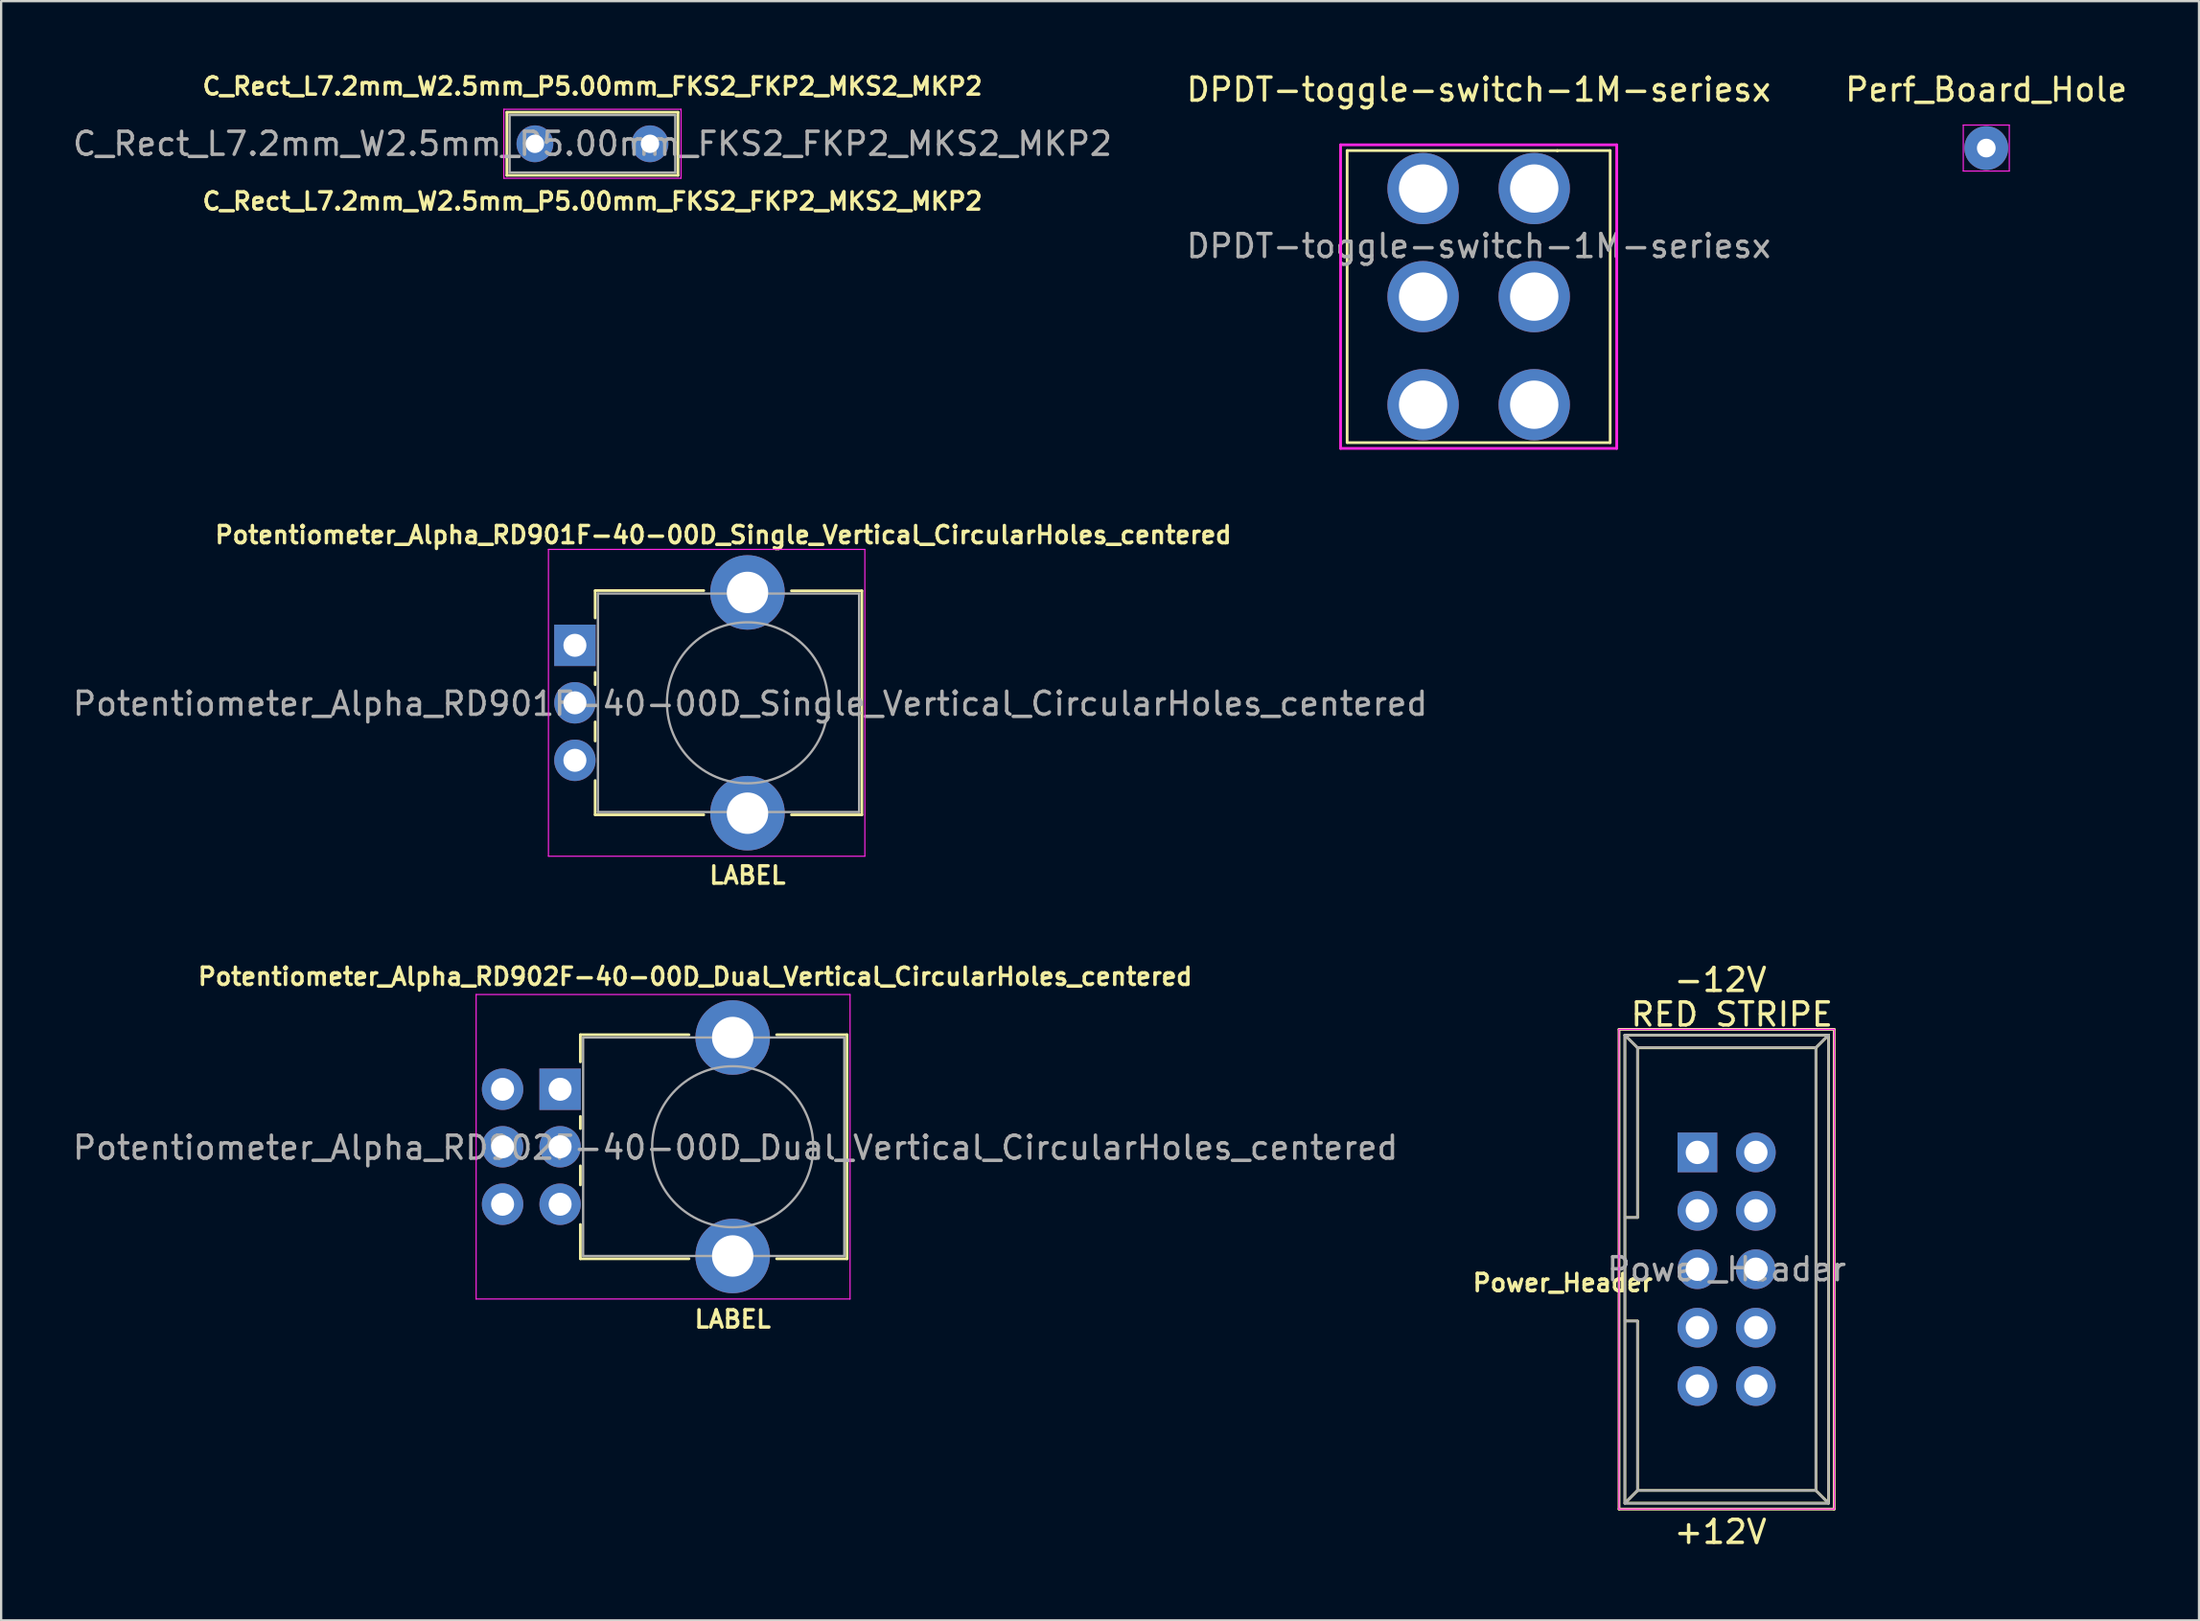
<source format=kicad_pcb>
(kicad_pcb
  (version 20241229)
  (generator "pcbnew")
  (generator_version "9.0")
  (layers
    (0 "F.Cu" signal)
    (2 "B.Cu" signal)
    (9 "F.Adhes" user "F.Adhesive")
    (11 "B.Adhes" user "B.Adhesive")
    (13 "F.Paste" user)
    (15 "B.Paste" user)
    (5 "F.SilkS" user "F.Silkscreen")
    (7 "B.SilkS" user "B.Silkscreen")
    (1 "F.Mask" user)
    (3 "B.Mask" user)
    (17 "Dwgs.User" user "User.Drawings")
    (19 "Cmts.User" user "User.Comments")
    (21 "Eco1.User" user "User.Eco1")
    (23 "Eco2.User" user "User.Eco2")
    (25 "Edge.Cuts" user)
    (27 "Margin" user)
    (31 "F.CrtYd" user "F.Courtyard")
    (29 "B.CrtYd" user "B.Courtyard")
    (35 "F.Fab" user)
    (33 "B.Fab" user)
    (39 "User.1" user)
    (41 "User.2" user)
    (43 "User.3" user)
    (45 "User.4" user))
  (footprint "Potentiometer_Alpha_RD902F-40-00D_Dual_Vertical_CircularHoles_centered"
    (layer "F.Cu")
    (at 28.791 46.814)
    (property "Reference" "Potentiometer_Alpha_RD902F-40-00D_Dual_Vertical_CircularHoles_centered" (at -1.63 -7.4 180) (layer "F.SilkS") (effects (font (size 0.75 0.75) (thickness 0.15))))
    (attr through_hole)
    (fp_line (start -6.62 -4.87) (end -1.9 -4.87) (stroke (width 0.12) (type solid)) (layer "F.SilkS"))
    (fp_line (start -6.62 -3.69) (end -6.62 -4.87) (stroke (width 0.12) (type solid)) (layer "F.SilkS"))
    (fp_line (start -6.62 -0.79) (end -6.62 -1.32) (stroke (width 0.12) (type solid)) (layer "F.SilkS"))
    (fp_line (start -6.62 1.66) (end -6.62 0.83) (stroke (width 0.12) (type solid)) (layer "F.SilkS"))
    (fp_line (start -6.62 4.87) (end -6.62 3.38) (stroke (width 0.12) (type solid)) (layer "F.SilkS"))
    (fp_line (start -6.62 4.87) (end -1.9 4.87) (stroke (width 0.12) (type solid)) (layer "F.SilkS"))
    (fp_line (start 1.91 -4.87) (end 4.97 -4.87) (stroke (width 0.12) (type solid)) (layer "F.SilkS"))
    (fp_line (start 1.91 4.87) (end 4.97 4.87) (stroke (width 0.12) (type solid)) (layer "F.SilkS"))
    (fp_line (start 4.97 4.87) (end 4.97 -4.87) (stroke (width 0.12) (type solid)) (layer "F.SilkS"))
    (fp_line (start -11.15 -6.62) (end -11.15 6.62) (stroke (width 0.05) (type solid)) (layer "F.CrtYd"))
    (fp_line (start -11.15 6.62) (end 5.1 6.62) (stroke (width 0.05) (type solid)) (layer "F.CrtYd"))
    (fp_line (start 5.1 -6.62) (end -11.15 -6.62) (stroke (width 0.05) (type solid)) (layer "F.CrtYd"))
    (fp_line (start 5.1 6.62) (end 5.1 -6.62) (stroke (width 0.05) (type solid)) (layer "F.CrtYd"))
    (fp_line (start -6.5 -4.75) (end 4.85 -4.75) (stroke (width 0.1) (type solid)) (layer "F.Fab"))
    (fp_line (start -6.5 4.75) (end -6.5 -4.75) (stroke (width 0.1) (type solid)) (layer "F.Fab"))
    (fp_line (start -6.5 4.75) (end 4.85 4.75) (stroke (width 0.1) (type solid)) (layer "F.Fab"))
    (fp_line (start 4.85 4.75) (end 4.85 -4.75) (stroke (width 0.1) (type solid)) (layer "F.Fab"))
    (fp_circle (center 0 0) (end 0 -3.5) (stroke (width 0.1) (type solid)) (fill no) (layer "F.Fab"))
    (fp_text user "LABEL" (at 0 7.5 0) (layer "F.SilkS") (effects (font (size 0.75 0.75) (thickness 0.15))))
    (fp_text user "${REFERENCE}" (at 0.12 0.04 0) (layer "F.Fab") (effects (font (size 1 1) (thickness 0.15))))
    (pad "" thru_hole circle (at 0 -4.75 90) (size 3.24 3.24) (drill 1.8) (layers "*.Cu" "*.Mask"))
    (pad "" thru_hole circle (at 0 4.75 90) (size 3.24 3.24) (drill 1.8) (layers "*.Cu" "*.Mask"))
    (pad "1" thru_hole rect (at -7.5 -2.5 90) (size 1.8 1.8) (drill 1) (layers "*.Cu" "*.Mask"))
    (pad "2" thru_hole circle (at -7.5 0 90) (size 1.8 1.8) (drill 1) (layers "*.Cu" "*.Mask"))
    (pad "3" thru_hole circle (at -7.5 2.5 90) (size 1.8 1.8) (drill 1) (layers "*.Cu" "*.Mask"))
    (pad "4" thru_hole circle (at -10 -2.5 90) (size 1.8 1.8) (drill 1) (layers "*.Cu" "*.Mask"))
    (pad "5" thru_hole circle (at -10 0 90) (size 1.8 1.8) (drill 1) (layers "*.Cu" "*.Mask"))
    (pad "6" thru_hole circle (at -10 2.5 90) (size 1.8 1.8) (drill 1) (layers "*.Cu" "*.Mask")))
  (footprint "C_Rect_L7.2mm_W2.5mm_P5.00mm_FKS2_FKP2_MKS2_MKP2"
    (layer "F.Cu")
    (at 20.196 3.202)
    (property "Reference" "C_Rect_L7.2mm_W2.5mm_P5.00mm_FKS2_FKP2_MKS2_MKP2" (at 2.5 -2.5 0) (layer "F.SilkS") (effects (font (size 0.75 0.75) (thickness 0.15))))
    (property "Value" "C_Rect_L7.2mm_W2.5mm_P5.00mm_FKS2_FKP2_MKS2_MKP2" (at 2.5 2.5 0) (layer "F.Fab") (hide yes) (effects (font (size 1 1) (thickness 0.15))))
    (attr through_hole)
    (fp_line (start -1.22 -1.37) (end -1.22 1.37) (stroke (width 0.12) (type solid)) (layer "F.SilkS"))
    (fp_line (start -1.22 -1.37) (end 6.22 -1.37) (stroke (width 0.12) (type solid)) (layer "F.SilkS"))
    (fp_line (start -1.22 1.37) (end 6.22 1.37) (stroke (width 0.12) (type solid)) (layer "F.SilkS"))
    (fp_line (start 6.22 -1.37) (end 6.22 1.37) (stroke (width 0.12) (type solid)) (layer "F.SilkS"))
    (fp_line (start -1.35 -1.5) (end -1.35 1.5) (stroke (width 0.05) (type solid)) (layer "F.CrtYd"))
    (fp_line (start -1.35 1.5) (end 6.35 1.5) (stroke (width 0.05) (type solid)) (layer "F.CrtYd"))
    (fp_line (start 6.35 -1.5) (end -1.35 -1.5) (stroke (width 0.05) (type solid)) (layer "F.CrtYd"))
    (fp_line (start 6.35 1.5) (end 6.35 -1.5) (stroke (width 0.05) (type solid)) (layer "F.CrtYd"))
    (fp_line (start -1.1 -1.25) (end -1.1 1.25) (stroke (width 0.1) (type solid)) (layer "F.Fab"))
    (fp_line (start -1.1 1.25) (end 6.1 1.25) (stroke (width 0.1) (type solid)) (layer "F.Fab"))
    (fp_line (start 6.1 -1.25) (end -1.1 -1.25) (stroke (width 0.1) (type solid)) (layer "F.Fab"))
    (fp_line (start 6.1 1.25) (end 6.1 -1.25) (stroke (width 0.1) (type solid)) (layer "F.Fab"))
    (fp_text user "${VALUE}" (at 2.5 2.5 0) (layer "F.SilkS") (effects (font (size 0.75 0.75) (thickness 0.15))))
    (fp_text user "${REFERENCE}" (at 2.5 0 0) (layer "F.Fab") (effects (font (size 1 1) (thickness 0.15))))
    (pad "1" thru_hole circle (at 0 0) (size 1.6 1.6) (drill 0.8) (layers "*.Cu" "*.Mask"))
    (pad "2" thru_hole circle (at 5 0) (size 1.6 1.6) (drill 0.8) (layers "*.Cu" "*.Mask")))
  (footprint "Potentiometer_Alpha_RD901F-40-00D_Single_Vertical_CircularHoles_centered"
    (layer "F.Cu")
    (at 29.434 27.51)
    (property "Reference" "Potentiometer_Alpha_RD901F-40-00D_Single_Vertical_CircularHoles_centered" (at -1.05 -7.3 180) (layer "F.SilkS") (effects (font (size 0.75 0.75) (thickness 0.15))))
    (attr through_hole)
    (fp_line (start -6.62 -4.88) (end -1.9 -4.88) (stroke (width 0.12) (type solid)) (layer "F.SilkS"))
    (fp_line (start -6.62 -3.69) (end -6.62 -4.87) (stroke (width 0.12) (type solid)) (layer "F.SilkS"))
    (fp_line (start -6.62 -0.79) (end -6.62 -1.32) (stroke (width 0.12) (type solid)) (layer "F.SilkS"))
    (fp_line (start -6.62 1.66) (end -6.62 0.83) (stroke (width 0.12) (type solid)) (layer "F.SilkS"))
    (fp_line (start -6.62 4.87) (end -6.62 3.38) (stroke (width 0.12) (type solid)) (layer "F.SilkS"))
    (fp_line (start -6.62 4.87) (end -1.9 4.87) (stroke (width 0.12) (type solid)) (layer "F.SilkS"))
    (fp_line (start 1.91 -4.87) (end 4.97 -4.87) (stroke (width 0.12) (type solid)) (layer "F.SilkS"))
    (fp_line (start 1.91 4.87) (end 4.97 4.87) (stroke (width 0.12) (type solid)) (layer "F.SilkS"))
    (fp_line (start 4.97 4.87) (end 4.97 -4.87) (stroke (width 0.12) (type solid)) (layer "F.SilkS"))
    (fp_line (start -8.65 -6.67) (end -8.65 6.67) (stroke (width 0.05) (type solid)) (layer "F.CrtYd"))
    (fp_line (start -8.65 6.67) (end 5.1 6.67) (stroke (width 0.05) (type solid)) (layer "F.CrtYd"))
    (fp_line (start 5.1 -6.67) (end -8.65 -6.67) (stroke (width 0.05) (type solid)) (layer "F.CrtYd"))
    (fp_line (start 5.1 6.67) (end 5.1 -6.67) (stroke (width 0.05) (type solid)) (layer "F.CrtYd"))
    (fp_line (start -6.5 -4.75) (end 4.85 -4.75) (stroke (width 0.1) (type solid)) (layer "F.Fab"))
    (fp_line (start -6.5 4.75) (end -6.5 -4.75) (stroke (width 0.1) (type solid)) (layer "F.Fab"))
    (fp_line (start -6.5 4.75) (end 4.85 4.75) (stroke (width 0.1) (type solid)) (layer "F.Fab"))
    (fp_line (start 4.85 4.75) (end 4.85 -4.75) (stroke (width 0.1) (type solid)) (layer "F.Fab"))
    (fp_circle (center 0 0) (end 0 -3.5) (stroke (width 0.1) (type solid)) (fill no) (layer "F.Fab"))
    (fp_text user "LABEL" (at 0 7.5 0) (layer "F.SilkS") (effects (font (size 0.75 0.75) (thickness 0.15))))
    (fp_text user "${REFERENCE}" (at 0.12 0.04 0) (layer "F.Fab") (effects (font (size 1 1) (thickness 0.15))))
    (pad "" thru_hole circle (at 0 -4.8 90) (size 3.24 3.24) (drill 1.8) (layers "*.Cu" "*.Mask"))
    (pad "" thru_hole circle (at 0 4.8 90) (size 3.24 3.24) (drill 1.8) (layers "*.Cu" "*.Mask"))
    (pad "1" thru_hole rect (at -7.5 -2.5 90) (size 1.8 1.8) (drill 1) (layers "*.Cu" "*.Mask"))
    (pad "2" thru_hole circle (at -7.5 0 90) (size 1.8 1.8) (drill 1) (layers "*.Cu" "*.Mask"))
    (pad "3" thru_hole circle (at -7.5 2.5 90) (size 1.8 1.8) (drill 1) (layers "*.Cu" "*.Mask")))
  (footprint "Perf_Board_Hole"
    (layer "F.Cu")
    (at 83.268 3.388)
    (property "Reference" "Perf_Board_Hole" (at 0 -2.54 0) (layer "F.SilkS") (effects (font (size 1 1) (thickness 0.15))))
    (attr exclude_from_pos_files exclude_from_bom)
    (fp_line (start -1 -1) (end -1 1) (stroke (width 0.05) (type solid)) (layer "F.CrtYd"))
    (fp_line (start -1 -1) (end 1 -1) (stroke (width 0.05) (type solid)) (layer "F.CrtYd"))
    (fp_line (start 1 1) (end -1 1) (stroke (width 0.05) (type solid)) (layer "F.CrtYd"))
    (fp_line (start 1 1) (end 1 -1) (stroke (width 0.05) (type solid)) (layer "F.CrtYd"))
    (pad "1" thru_hole circle (at 0 0) (size 1.905 1.905) (drill 0.813) (layers "*.Cu" "*.Mask")))
  (footprint "Power_Header"
    (layer "F.Cu")
    (at 70.714 47.06)
    (property "Reference" "Power_Header" (at -5.85 5.67 0) (layer "F.SilkS") (effects (font (size 0.75 0.75) (thickness 0.15))))
    (attr through_hole)
    (fp_line (start -3.405 -5.35) (end 5.945 -5.35) (stroke (width 0.12) (type solid)) (layer "F.SilkS"))
    (fp_line (start -3.405 15.51) (end -3.405 -5.35) (stroke (width 0.12) (type solid)) (layer "F.SilkS"))
    (fp_line (start -3.15 -5.1) (end -2.6 -4.55) (stroke (width 0.12) (type solid)) (layer "F.SilkS"))
    (fp_line (start -3.15 -5.1) (end 5.7 -5.1) (stroke (width 0.12) (type solid)) (layer "F.SilkS"))
    (fp_line (start -3.15 15.25) (end -3.15 -5.1) (stroke (width 0.12) (type solid)) (layer "F.SilkS"))
    (fp_line (start -3.1 2.83) (end -2.62 2.83) (stroke (width 0.12) (type solid)) (layer "F.SilkS"))
    (fp_line (start -2.6 -4.55) (end 5.15 -4.55) (stroke (width 0.12) (type solid)) (layer "F.SilkS"))
    (fp_line (start -2.6 2.83) (end -2.6 -4.55) (stroke (width 0.12) (type solid)) (layer "F.SilkS"))
    (fp_line (start -2.6 7.33) (end -3.11 7.33) (stroke (width 0.12) (type solid)) (layer "F.SilkS"))
    (fp_line (start -2.6 14.7) (end -3.1 15.2) (stroke (width 0.12) (type solid)) (layer "F.SilkS"))
    (fp_line (start -2.6 14.7) (end -2.6 7.35) (stroke (width 0.12) (type solid)) (layer "F.SilkS"))
    (fp_line (start 5.15 -4.55) (end 5.15 14.7) (stroke (width 0.12) (type solid)) (layer "F.SilkS"))
    (fp_line (start 5.15 -4.55) (end 5.7 -5.1) (stroke (width 0.12) (type solid)) (layer "F.SilkS"))
    (fp_line (start 5.15 14.7) (end -2.6 14.7) (stroke (width 0.12) (type solid)) (layer "F.SilkS"))
    (fp_line (start 5.15 14.7) (end 5.7 15.25) (stroke (width 0.12) (type solid)) (layer "F.SilkS"))
    (fp_line (start 5.7 -5.1) (end 5.7 15.25) (stroke (width 0.12) (type solid)) (layer "F.SilkS"))
    (fp_line (start 5.7 15.25) (end -3.15 15.25) (stroke (width 0.12) (type solid)) (layer "F.SilkS"))
    (fp_line (start 5.945 -5.35) (end 5.945 15.51) (stroke (width 0.12) (type solid)) (layer "F.SilkS"))
    (fp_line (start 5.945 15.51) (end -3.405 15.51) (stroke (width 0.12) (type solid)) (layer "F.SilkS"))
    (fp_line (start -3.41 -5.35) (end 5.95 -5.35) (stroke (width 0.05) (type solid)) (layer "F.CrtYd"))
    (fp_line (start -3.41 15.51) (end -3.41 -5.35) (stroke (width 0.05) (type solid)) (layer "F.CrtYd"))
    (fp_line (start 5.95 -5.35) (end 5.95 15.51) (stroke (width 0.05) (type solid)) (layer "F.CrtYd"))
    (fp_line (start 5.95 15.51) (end -3.41 15.51) (stroke (width 0.05) (type solid)) (layer "F.CrtYd"))
    (fp_line (start -3.155 -5.1) (end -3.155 15.26) (stroke (width 0.1) (type solid)) (layer "F.Fab"))
    (fp_line (start -3.155 -5.1) (end -2.605 -4.56) (stroke (width 0.1) (type solid)) (layer "F.Fab"))
    (fp_line (start -3.155 15.26) (end -2.605 14.7) (stroke (width 0.1) (type solid)) (layer "F.Fab"))
    (fp_line (start -2.605 -4.56) (end -2.605 2.83) (stroke (width 0.1) (type solid)) (layer "F.Fab"))
    (fp_line (start -2.605 2.83) (end -3.155 2.83) (stroke (width 0.1) (type solid)) (layer "F.Fab"))
    (fp_line (start -2.605 7.33) (end -3.155 7.33) (stroke (width 0.1) (type solid)) (layer "F.Fab"))
    (fp_line (start -2.605 7.33) (end -2.605 14.7) (stroke (width 0.1) (type solid)) (layer "F.Fab"))
    (fp_line (start 5.145 -4.56) (end -2.605 -4.56) (stroke (width 0.1) (type solid)) (layer "F.Fab"))
    (fp_line (start 5.145 -4.56) (end 5.145 14.7) (stroke (width 0.1) (type solid)) (layer "F.Fab"))
    (fp_line (start 5.145 14.7) (end -2.605 14.7) (stroke (width 0.1) (type solid)) (layer "F.Fab"))
    (fp_line (start 5.695 -5.1) (end -3.155 -5.1) (stroke (width 0.1) (type solid)) (layer "F.Fab"))
    (fp_line (start 5.695 -5.1) (end 5.145 -4.56) (stroke (width 0.1) (type solid)) (layer "F.Fab"))
    (fp_line (start 5.695 -5.1) (end 5.695 15.26) (stroke (width 0.1) (type solid)) (layer "F.Fab"))
    (fp_line (start 5.695 15.26) (end -3.155 15.26) (stroke (width 0.1) (type solid)) (layer "F.Fab"))
    (fp_line (start 5.695 15.26) (end 5.145 14.7) (stroke (width 0.1) (type solid)) (layer "F.Fab"))
    (fp_text user "+12V" (at 1 16.5 0) (layer "F.SilkS") (effects (font (size 1 1) (thickness 0.15))))
    (fp_text user "-12V" (at 1 -7.5 0) (layer "F.SilkS") (effects (font (size 1 1) (thickness 0.15))))
    (fp_text user "RED STRIPE" (at 1.5 -6 0) (layer "F.SilkS") (effects (font (size 1 1) (thickness 0.15))))
    (fp_text user "${REFERENCE}" (at 1.27 5.08 0) (layer "F.Fab") (effects (font (size 1 1) (thickness 0.15))))
    (pad "1" thru_hole rect (at 0 0) (size 1.727 1.727) (drill 1.016) (layers "*.Cu" "*.Mask"))
    (pad "2" thru_hole oval (at 2.54 0) (size 1.727 1.727) (drill 1.016) (layers "*.Cu" "*.Mask"))
    (pad "3" thru_hole oval (at 0 2.54) (size 1.727 1.727) (drill 1.016) (layers "*.Cu" "*.Mask"))
    (pad "4" thru_hole oval (at 2.54 2.54) (size 1.727 1.727) (drill 1.016) (layers "*.Cu" "*.Mask"))
    (pad "5" thru_hole oval (at 0 5.08) (size 1.727 1.727) (drill 1.016) (layers "*.Cu" "*.Mask"))
    (pad "6" thru_hole oval (at 2.54 5.08) (size 1.727 1.727) (drill 1.016) (layers "*.Cu" "*.Mask"))
    (pad "7" thru_hole oval (at 0 7.62) (size 1.727 1.727) (drill 1.016) (layers "*.Cu" "*.Mask"))
    (pad "8" thru_hole oval (at 2.54 7.62) (size 1.727 1.727) (drill 1.016) (layers "*.Cu" "*.Mask"))
    (pad "9" thru_hole oval (at 0 10.16) (size 1.727 1.727) (drill 1.016) (layers "*.Cu" "*.Mask"))
    (pad "10" thru_hole oval (at 2.54 10.16) (size 1.727 1.727) (drill 1.016) (layers "*.Cu" "*.Mask")))
  (footprint "DPDT-toggle-switch-1M-seriesx"
    (layer "F.Cu")
    (at 61.208 9.848)
    (property "Reference" "DPDT-toggle-switch-1M-seriesx" (at 0 -9 0) (layer "F.SilkS") (effects (font (size 1 1) (thickness 0.15))))
    (attr through_hole)
    (fp_line (start -5.715 -6.35) (end 5.715 -6.35) (stroke (width 0.12) (type solid)) (layer "F.SilkS"))
    (fp_line (start -5.715 6.34) (end -5.715 -6.35) (stroke (width 0.12) (type solid)) (layer "F.SilkS"))
    (fp_line (start 3.42 -6.35) (end 3.42 -6.34) (stroke (width 0.12) (type solid)) (layer "F.SilkS"))
    (fp_line (start 5.715 -6.35) (end 5.715 6.35) (stroke (width 0.12) (type solid)) (layer "F.SilkS"))
    (fp_line (start 5.715 6.35) (end -5.715 6.35) (stroke (width 0.12) (type solid)) (layer "F.SilkS"))
    (fp_line (start -6 -6.6) (end 6 -6.6) (stroke (width 0.12) (type solid)) (layer "F.CrtYd"))
    (fp_line (start -6 6.6) (end -6 -6.6) (stroke (width 0.12) (type solid)) (layer "F.CrtYd"))
    (fp_line (start 6 -6.6) (end 6 6.6) (stroke (width 0.12) (type solid)) (layer "F.CrtYd"))
    (fp_line (start 6 6.6) (end -6 6.6) (stroke (width 0.12) (type solid)) (layer "F.CrtYd"))
    (fp_text user "${REFERENCE}" (at 0 -2.2 0) (layer "F.Fab") (effects (font (size 1 1) (thickness 0.15))))
    (pad "1" thru_hole circle (at 2.415 4.7) (size 3.1 3.1) (drill 2.1) (layers "*.Cu" "*.Mask"))
    (pad "2" thru_hole circle (at 2.415 0) (size 3.1 3.1) (drill 2.1) (layers "*.Cu" "*.Mask"))
    (pad "3" thru_hole circle (at 2.415 -4.7) (size 3.1 3.1) (drill 2.1) (layers "*.Cu" "*.Mask"))
    (pad "4" thru_hole circle (at -2.415 4.7) (size 3.1 3.1) (drill 2.1) (layers "*.Cu" "*.Mask"))
    (pad "5" thru_hole circle (at -2.415 0) (size 3.1 3.1) (drill 2.1) (layers "*.Cu" "*.Mask"))
    (pad "6" thru_hole circle (at -2.415 -4.7) (size 3.1 3.1) (drill 2.1) (layers "*.Cu" "*.Mask")))
  (gr_rect
    (start -3 -3)
    (end 92.512 67.409)
    (stroke (width 0.1) (type default))
    (fill no)
    (layer "Edge.Cuts")))
</source>
